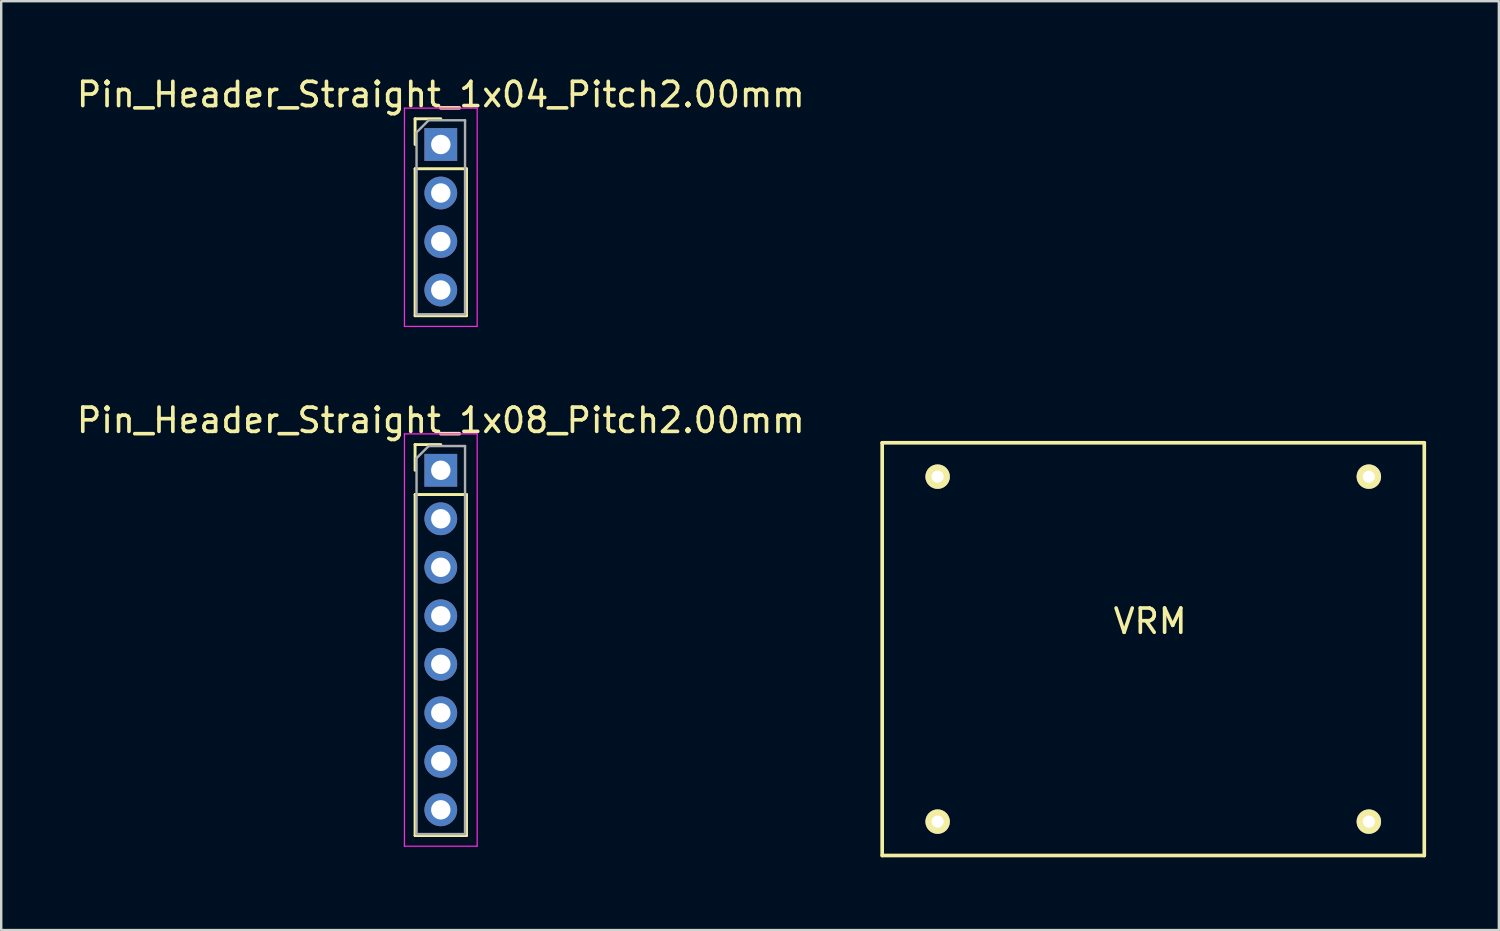
<source format=kicad_pcb>
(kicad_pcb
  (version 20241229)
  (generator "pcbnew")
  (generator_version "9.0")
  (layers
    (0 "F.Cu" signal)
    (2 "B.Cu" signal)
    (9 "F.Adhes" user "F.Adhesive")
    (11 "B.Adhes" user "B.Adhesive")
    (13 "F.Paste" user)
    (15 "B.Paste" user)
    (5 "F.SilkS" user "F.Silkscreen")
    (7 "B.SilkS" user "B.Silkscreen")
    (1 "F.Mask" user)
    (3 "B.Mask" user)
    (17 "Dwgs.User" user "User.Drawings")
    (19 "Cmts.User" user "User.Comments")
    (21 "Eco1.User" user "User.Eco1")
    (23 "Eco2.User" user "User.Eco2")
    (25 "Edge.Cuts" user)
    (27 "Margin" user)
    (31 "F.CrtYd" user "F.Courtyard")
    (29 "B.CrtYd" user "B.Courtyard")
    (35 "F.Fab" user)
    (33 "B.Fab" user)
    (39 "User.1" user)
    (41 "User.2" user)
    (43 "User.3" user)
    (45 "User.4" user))
  (footprint "Pin_Header_Straight_1x08_Pitch2.00mm"
    (layer "F.Cu")
    (at 15.125 16.341)
    (property "Reference" "Pin_Header_Straight_1x08_Pitch2.00mm" (at 0 -2.06 0) (layer "F.SilkS") (effects (font (size 1 1) (thickness 0.15))))
    (attr through_hole)
    (fp_line (start -1.06 -1.06) (end 0 -1.06) (stroke (width 0.12) (type solid)) (layer "F.SilkS"))
    (fp_line (start -1.06 0) (end -1.06 -1.06) (stroke (width 0.12) (type solid)) (layer "F.SilkS"))
    (fp_line (start -1.06 1) (end -1.06 15.06) (stroke (width 0.12) (type solid)) (layer "F.SilkS"))
    (fp_line (start -1.06 1) (end 1.06 1) (stroke (width 0.12) (type solid)) (layer "F.SilkS"))
    (fp_line (start -1.06 15.06) (end 1.06 15.06) (stroke (width 0.12) (type solid)) (layer "F.SilkS"))
    (fp_line (start 1.06 1) (end 1.06 15.06) (stroke (width 0.12) (type solid)) (layer "F.SilkS"))
    (fp_line (start -1.5 -1.5) (end -1.5 15.5) (stroke (width 0.05) (type solid)) (layer "F.CrtYd"))
    (fp_line (start -1.5 15.5) (end 1.5 15.5) (stroke (width 0.05) (type solid)) (layer "F.CrtYd"))
    (fp_line (start 1.5 -1.5) (end -1.5 -1.5) (stroke (width 0.05) (type solid)) (layer "F.CrtYd"))
    (fp_line (start 1.5 15.5) (end 1.5 -1.5) (stroke (width 0.05) (type solid)) (layer "F.CrtYd"))
    (fp_line (start -1 -0.5) (end -0.5 -1) (stroke (width 0.1) (type solid)) (layer "F.Fab"))
    (fp_line (start -1 15) (end -1 -0.5) (stroke (width 0.1) (type solid)) (layer "F.Fab"))
    (fp_line (start -0.5 -1) (end 1 -1) (stroke (width 0.1) (type solid)) (layer "F.Fab"))
    (fp_line (start 1 -1) (end 1 15) (stroke (width 0.1) (type solid)) (layer "F.Fab"))
    (fp_line (start 1 15) (end -1 15) (stroke (width 0.1) (type solid)) (layer "F.Fab"))
    (pad "1" thru_hole rect (at 0 0) (size 1.35 1.35) (drill 0.8) (layers "*.Cu" "*.Mask"))
    (pad "2" thru_hole oval (at 0 2) (size 1.35 1.35) (drill 0.8) (layers "*.Cu" "*.Mask"))
    (pad "3" thru_hole oval (at 0 4) (size 1.35 1.35) (drill 0.8) (layers "*.Cu" "*.Mask"))
    (pad "4" thru_hole oval (at 0 6) (size 1.35 1.35) (drill 0.8) (layers "*.Cu" "*.Mask"))
    (pad "5" thru_hole oval (at 0 8) (size 1.35 1.35) (drill 0.8) (layers "*.Cu" "*.Mask"))
    (pad "6" thru_hole oval (at 0 10) (size 1.35 1.35) (drill 0.8) (layers "*.Cu" "*.Mask"))
    (pad "7" thru_hole oval (at 0 12) (size 1.35 1.35) (drill 0.8) (layers "*.Cu" "*.Mask"))
    (pad "8" thru_hole oval (at 0 14) (size 1.35 1.35) (drill 0.8) (layers "*.Cu" "*.Mask")))
  (footprint "Pin_Header_Straight_1x04_Pitch2.00mm"
    (layer "F.Cu")
    (at 15.125 2.908)
    (property "Reference" "Pin_Header_Straight_1x04_Pitch2.00mm" (at 0 -2.06 0) (layer "F.SilkS") (effects (font (size 1 1) (thickness 0.15))))
    (attr through_hole)
    (fp_line (start -1.06 -1.06) (end 0 -1.06) (stroke (width 0.12) (type solid)) (layer "F.SilkS"))
    (fp_line (start -1.06 0) (end -1.06 -1.06) (stroke (width 0.12) (type solid)) (layer "F.SilkS"))
    (fp_line (start -1.06 1) (end -1.06 7.06) (stroke (width 0.12) (type solid)) (layer "F.SilkS"))
    (fp_line (start -1.06 1) (end 1.06 1) (stroke (width 0.12) (type solid)) (layer "F.SilkS"))
    (fp_line (start -1.06 7.06) (end 1.06 7.06) (stroke (width 0.12) (type solid)) (layer "F.SilkS"))
    (fp_line (start 1.06 1) (end 1.06 7.06) (stroke (width 0.12) (type solid)) (layer "F.SilkS"))
    (fp_line (start -1.5 -1.5) (end -1.5 7.5) (stroke (width 0.05) (type solid)) (layer "F.CrtYd"))
    (fp_line (start -1.5 7.5) (end 1.5 7.5) (stroke (width 0.05) (type solid)) (layer "F.CrtYd"))
    (fp_line (start 1.5 -1.5) (end -1.5 -1.5) (stroke (width 0.05) (type solid)) (layer "F.CrtYd"))
    (fp_line (start 1.5 7.5) (end 1.5 -1.5) (stroke (width 0.05) (type solid)) (layer "F.CrtYd"))
    (fp_line (start -1 -0.5) (end -0.5 -1) (stroke (width 0.1) (type solid)) (layer "F.Fab"))
    (fp_line (start -1 7) (end -1 -0.5) (stroke (width 0.1) (type solid)) (layer "F.Fab"))
    (fp_line (start -0.5 -1) (end 1 -1) (stroke (width 0.1) (type solid)) (layer "F.Fab"))
    (fp_line (start 1 -1) (end 1 7) (stroke (width 0.1) (type solid)) (layer "F.Fab"))
    (fp_line (start 1 7) (end -1 7) (stroke (width 0.1) (type solid)) (layer "F.Fab"))
    (pad "1" thru_hole rect (at 0 0) (size 1.35 1.35) (drill 0.8) (layers "*.Cu" "*.Mask"))
    (pad "2" thru_hole oval (at 0 2) (size 1.35 1.35) (drill 0.8) (layers "*.Cu" "*.Mask"))
    (pad "3" thru_hole oval (at 0 4) (size 1.35 1.35) (drill 0.8) (layers "*.Cu" "*.Mask"))
    (pad "4" thru_hole oval (at 0 6) (size 1.35 1.35) (drill 0.8) (layers "*.Cu" "*.Mask")))
  (footprint "VRM"
    (layer "F.Cu")
    (at 40.945 13.683)
    (property "Reference" "VRM" (at 3.429 8.882 0) (layer "F.SilkS") (effects (font (size 1 1) (thickness 0.15))))
    (attr through_hole)
    (fp_line (start -7.62 1.524) (end 14.732 1.524) (stroke (width 0.15) (type solid)) (layer "F.SilkS"))
    (fp_line (start -7.62 18.542) (end -7.62 1.524) (stroke (width 0.15) (type solid)) (layer "F.SilkS"))
    (fp_line (start 14.732 1.524) (end 14.732 18.542) (stroke (width 0.15) (type solid)) (layer "F.SilkS"))
    (fp_line (start 14.732 18.542) (end -7.62 18.542) (stroke (width 0.15) (type solid)) (layer "F.SilkS"))
    (pad "1" thru_hole circle (at -5.334 17.145) (size 1.008 1.008) (drill 0.5) (layers "*.Cu" "*.Mask" "F.SilkS"))
    (pad "2" thru_hole circle (at -5.334 2.921) (size 1.008 1.008) (drill 0.5) (layers "*.Cu" "*.Mask" "F.SilkS"))
    (pad "3" thru_hole circle (at 12.446 17.145) (size 1.008 1.008) (drill 0.5) (layers "*.Cu" "*.Mask" "F.SilkS"))
    (pad "4" thru_hole circle (at 12.446 2.921) (size 1.008 1.008) (drill 0.5) (layers "*.Cu" "*.Mask" "F.SilkS")))
  (gr_rect
    (start -3 -3)
    (end 58.752 35.3)
    (stroke (width 0.1) (type default))
    (fill no)
    (layer "Edge.Cuts")))
</source>
